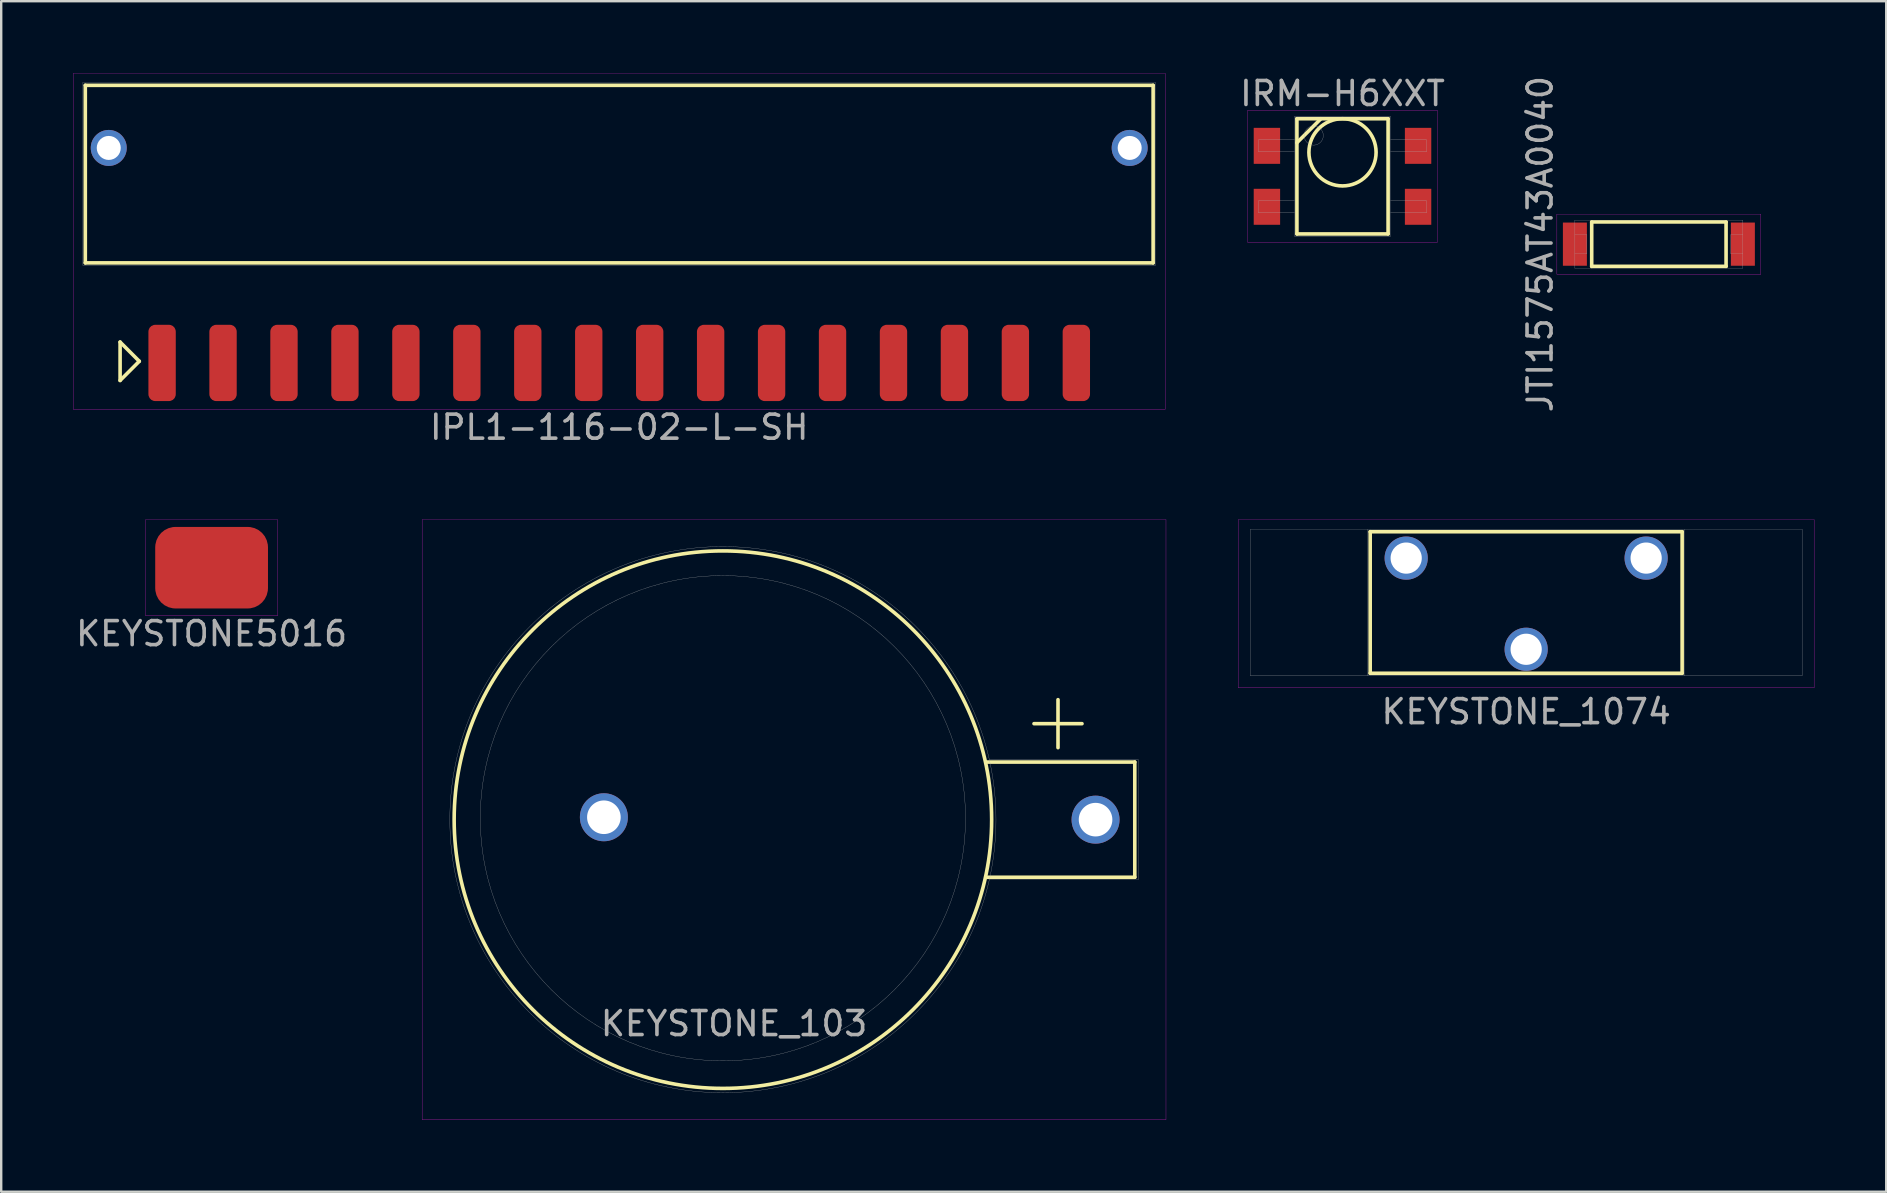
<source format=kicad_pcb>
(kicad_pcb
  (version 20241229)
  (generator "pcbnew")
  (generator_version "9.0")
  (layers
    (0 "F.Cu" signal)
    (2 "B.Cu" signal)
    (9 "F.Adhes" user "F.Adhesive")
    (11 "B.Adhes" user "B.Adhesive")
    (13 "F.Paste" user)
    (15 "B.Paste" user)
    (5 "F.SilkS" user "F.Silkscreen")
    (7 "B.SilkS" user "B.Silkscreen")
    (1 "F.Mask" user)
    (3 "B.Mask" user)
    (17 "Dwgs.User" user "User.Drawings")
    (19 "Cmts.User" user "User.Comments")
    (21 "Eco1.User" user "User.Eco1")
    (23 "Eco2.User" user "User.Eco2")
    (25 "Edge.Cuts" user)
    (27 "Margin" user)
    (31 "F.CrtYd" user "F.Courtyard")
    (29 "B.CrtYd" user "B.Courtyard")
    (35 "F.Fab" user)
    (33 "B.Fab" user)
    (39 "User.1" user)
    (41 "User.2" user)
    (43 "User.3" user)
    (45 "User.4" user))
  (footprint "IPL1-116-02-L-SH"
    (layer "F.Cu")
    (at 22.755 8.005)
    (property "Reference" "IPL1-116-02-L-SH" (at 0 6.75 0) (layer "F.Fab") (effects (font (size 1 1) (thickness 0.15))))
    (attr through_hole)
    (fp_line (start -22.25 -7.5) (end -22.25 -0.1) (stroke (width 0.15) (type solid)) (layer "F.SilkS"))
    (fp_line (start -22.25 -0.1) (end 22.25 -0.1) (stroke (width 0.15) (type solid)) (layer "F.SilkS"))
    (fp_line (start -20.8 3.2) (end -20.8 4.8) (stroke (width 0.15) (type solid)) (layer "F.SilkS"))
    (fp_line (start -20.8 4.8) (end -20 4) (stroke (width 0.15) (type solid)) (layer "F.SilkS"))
    (fp_line (start -20 4) (end -20.8 3.2) (stroke (width 0.15) (type solid)) (layer "F.SilkS"))
    (fp_line (start 22.25 -7.5) (end -22.25 -7.5) (stroke (width 0.15) (type solid)) (layer "F.SilkS"))
    (fp_line (start 22.25 -0.1) (end 22.25 -7.5) (stroke (width 0.15) (type solid)) (layer "F.SilkS"))
    (fp_line (start -22.75 -8) (end -22.75 6) (stroke (width 0.01) (type solid)) (layer "F.CrtYd"))
    (fp_line (start -22.75 6) (end 22.75 6) (stroke (width 0.01) (type solid)) (layer "F.CrtYd"))
    (fp_line (start 22.75 -8) (end -22.75 -8) (stroke (width 0.01) (type solid)) (layer "F.CrtYd"))
    (fp_line (start 22.75 6) (end 22.75 -8) (stroke (width 0.01) (type solid)) (layer "F.CrtYd"))
    (fp_line (start -22.35 -7.62) (end -22.35 0) (stroke (width 0.01) (type solid)) (layer "F.Fab"))
    (fp_line (start -22.35 -7.62) (end 22.35 -7.62) (stroke (width 0.01) (type solid)) (layer "F.Fab"))
    (fp_line (start -22.35 0) (end 22.35 0) (stroke (width 0.01) (type solid)) (layer "F.Fab"))
    (fp_line (start 22.35 -7.62) (end 22.35 0) (stroke (width 0.01) (type solid)) (layer "F.Fab"))
    (pad "" thru_hole circle (at -21.273 -4.89) (size 1.5 1.5) (drill 1) (layers "*.Cu" "*.Mask"))
    (pad "" thru_hole circle (at 21.273 -4.89) (size 1.5 1.5) (drill 1) (layers "*.Cu" "*.Mask"))
    (pad "1" smd roundrect (at -19.05 4.07) (size 1.14 3.18) (layers "F.Cu" "F.Mask" "F.Paste") (roundrect_rratio 0.25))
    (pad "2" smd roundrect (at -16.51 4.07) (size 1.14 3.18) (layers "F.Cu" "F.Mask" "F.Paste") (roundrect_rratio 0.25))
    (pad "3" smd roundrect (at -13.97 4.07) (size 1.14 3.18) (layers "F.Cu" "F.Mask" "F.Paste") (roundrect_rratio 0.25))
    (pad "4" smd roundrect (at -11.43 4.07) (size 1.14 3.18) (layers "F.Cu" "F.Mask" "F.Paste") (roundrect_rratio 0.25))
    (pad "5" smd roundrect (at -8.89 4.07) (size 1.14 3.18) (layers "F.Cu" "F.Mask" "F.Paste") (roundrect_rratio 0.25))
    (pad "6" smd roundrect (at -6.35 4.07) (size 1.14 3.18) (layers "F.Cu" "F.Mask" "F.Paste") (roundrect_rratio 0.25))
    (pad "7" smd roundrect (at -3.81 4.07) (size 1.14 3.18) (layers "F.Cu" "F.Mask" "F.Paste") (roundrect_rratio 0.25))
    (pad "8" smd roundrect (at -1.27 4.07) (size 1.14 3.18) (layers "F.Cu" "F.Mask" "F.Paste") (roundrect_rratio 0.25))
    (pad "9" smd roundrect (at 1.27 4.07) (size 1.14 3.18) (layers "F.Cu" "F.Mask" "F.Paste") (roundrect_rratio 0.25))
    (pad "10" smd roundrect (at 3.81 4.07) (size 1.14 3.18) (layers "F.Cu" "F.Mask" "F.Paste") (roundrect_rratio 0.25))
    (pad "11" smd roundrect (at 6.35 4.07) (size 1.14 3.18) (layers "F.Cu" "F.Mask" "F.Paste") (roundrect_rratio 0.25))
    (pad "12" smd roundrect (at 8.89 4.07) (size 1.14 3.18) (layers "F.Cu" "F.Mask" "F.Paste") (roundrect_rratio 0.25))
    (pad "13" smd roundrect (at 11.43 4.07) (size 1.14 3.18) (layers "F.Cu" "F.Mask" "F.Paste") (roundrect_rratio 0.25))
    (pad "14" smd roundrect (at 13.97 4.07) (size 1.14 3.18) (layers "F.Cu" "F.Mask" "F.Paste") (roundrect_rratio 0.25))
    (pad "15" smd roundrect (at 16.51 4.07) (size 1.14 3.18) (layers "F.Cu" "F.Mask" "F.Paste") (roundrect_rratio 0.25))
    (pad "16" smd roundrect (at 19.05 4.07) (size 1.14 3.18) (layers "F.Cu" "F.Mask" "F.Paste") (roundrect_rratio 0.25)))
  (footprint "KEYSTONE5016"
    (layer "F.Cu")
    (at 5.768 20.608)
    (property "Reference" "KEYSTONE5016" (at 0 2.75 0) (layer "F.Fab") (effects (font (size 1 1) (thickness 0.15))))
    (attr through_hole)
    (fp_line (start -2.75 -2) (end 2.75 -2) (stroke (width 0.01) (type solid)) (layer "F.CrtYd"))
    (fp_line (start -2.75 2) (end -2.75 -2) (stroke (width 0.01) (type solid)) (layer "F.CrtYd"))
    (fp_line (start 2.75 -2) (end 2.75 2) (stroke (width 0.01) (type solid)) (layer "F.CrtYd"))
    (fp_line (start 2.75 2) (end -2.75 2) (stroke (width 0.01) (type solid)) (layer "F.CrtYd"))
    (pad "1" smd roundrect (at 0 0) (size 4.7 3.4) (layers "F.Cu" "F.Mask" "F.Paste") (roundrect_rratio 0.25)))
  (footprint "JTI1575AT43A0040"
    (layer "F.Cu")
    (at 66.082 7.125)
    (property "Reference" "JTI1575AT43A0040" (at -4.95 0 90) (layer "F.Fab") (effects (font (size 1 1) (thickness 0.15))))
    (attr smd)
    (fp_line (start -2.8 -0.925) (end 2.8 -0.925) (stroke (width 0.15) (type solid)) (layer "F.SilkS"))
    (fp_line (start -2.8 0.925) (end -2.8 -0.925) (stroke (width 0.15) (type solid)) (layer "F.SilkS"))
    (fp_line (start 2.8 -0.925) (end 2.8 0.925) (stroke (width 0.15) (type solid)) (layer "F.SilkS"))
    (fp_line (start 2.8 0.925) (end -2.8 0.925) (stroke (width 0.15) (type solid)) (layer "F.SilkS"))
    (fp_line (start -4.25 -1.25) (end 4.25 -1.25) (stroke (width 0.01) (type solid)) (layer "F.CrtYd"))
    (fp_line (start -4.25 1.25) (end -4.25 -1.25) (stroke (width 0.01) (type solid)) (layer "F.CrtYd"))
    (fp_line (start 4.25 -1.25) (end 4.25 1.25) (stroke (width 0.01) (type solid)) (layer "F.CrtYd"))
    (fp_line (start 4.25 1.25) (end -4.25 1.25) (stroke (width 0.01) (type solid)) (layer "F.CrtYd"))
    (fp_line (start -3.5 -1) (end 3.5 -1) (stroke (width 0.01) (type solid)) (layer "F.Fab"))
    (fp_line (start -3.5 1) (end -3.5 -1) (stroke (width 0.01) (type solid)) (layer "F.Fab"))
    (fp_line (start -3 -0.4) (end -3.5 -0.4) (stroke (width 0.01) (type solid)) (layer "F.Fab"))
    (fp_line (start -3 -0.4) (end -3 0.4) (stroke (width 0.01) (type solid)) (layer "F.Fab"))
    (fp_line (start -3 0.4) (end -3.5 0.4) (stroke (width 0.01) (type solid)) (layer "F.Fab"))
    (fp_line (start 3 -0.4) (end 3 0.4) (stroke (width 0.01) (type solid)) (layer "F.Fab"))
    (fp_line (start 3 -0.4) (end 3.5 -0.4) (stroke (width 0.01) (type solid)) (layer "F.Fab"))
    (fp_line (start 3 0.4) (end 3.5 0.4) (stroke (width 0.01) (type solid)) (layer "F.Fab"))
    (fp_line (start 3.5 -1) (end 3.5 1) (stroke (width 0.01) (type solid)) (layer "F.Fab"))
    (fp_line (start 3.5 1) (end -3.5 1) (stroke (width 0.01) (type solid)) (layer "F.Fab"))
    (pad "1" smd rect (at -3.5 0) (size 1 1.8) (layers "F.Cu" "F.Mask" "F.Paste"))
    (pad "2" smd rect (at 3.5 0) (size 1 1.8) (layers "F.Cu" "F.Mask" "F.Paste")))
  (footprint "IRM-H6XXT"
    (layer "F.Cu")
    (at 52.897 4.298)
    (property "Reference" "IRM-H6XXT" (at 0 -3.45 0) (layer "F.Fab") (effects (font (size 1 1) (thickness 0.15))))
    (attr through_hole)
    (fp_line (start -1.9 -2.4) (end -1.9 2.4) (stroke (width 0.15) (type solid)) (layer "F.SilkS"))
    (fp_line (start -1.9 -1.4) (end -0.9 -2.4) (stroke (width 0.15) (type solid)) (layer "F.SilkS"))
    (fp_line (start -1.9 2.4) (end 1.9 2.4) (stroke (width 0.15) (type solid)) (layer "F.SilkS"))
    (fp_line (start 1.9 -2.4) (end -1.9 -2.4) (stroke (width 0.15) (type solid)) (layer "F.SilkS"))
    (fp_line (start 1.9 2.4) (end 1.9 -2.4) (stroke (width 0.15) (type solid)) (layer "F.SilkS"))
    (fp_circle (center 0 -1) (end 0 -2.4) (stroke (width 0.15) (type solid)) (fill no) (layer "F.SilkS"))
    (fp_line (start -3.95 -2.75) (end 3.95 -2.75) (stroke (width 0.01) (type solid)) (layer "F.CrtYd"))
    (fp_line (start -3.95 2.75) (end -3.95 -2.75) (stroke (width 0.01) (type solid)) (layer "F.CrtYd"))
    (fp_line (start 3.95 -2.75) (end 3.95 2.75) (stroke (width 0.01) (type solid)) (layer "F.CrtYd"))
    (fp_line (start 3.95 2.75) (end -3.95 2.75) (stroke (width 0.01) (type solid)) (layer "F.CrtYd"))
    (fp_line (start -3.5 -1.52) (end -2 -1.52) (stroke (width 0.01) (type solid)) (layer "F.Fab"))
    (fp_line (start -3.5 -1.02) (end -3.5 -1.52) (stroke (width 0.01) (type solid)) (layer "F.Fab"))
    (fp_line (start -3.5 1.02) (end -2 1.02) (stroke (width 0.01) (type solid)) (layer "F.Fab"))
    (fp_line (start -3.5 1.52) (end -3.5 1.02) (stroke (width 0.01) (type solid)) (layer "F.Fab"))
    (fp_line (start -2 -2.5) (end 2 -2.5) (stroke (width 0.01) (type solid)) (layer "F.Fab"))
    (fp_line (start -2 -1.02) (end -3.5 -1.02) (stroke (width 0.01) (type solid)) (layer "F.Fab"))
    (fp_line (start -2 1.52) (end -3.5 1.52) (stroke (width 0.01) (type solid)) (layer "F.Fab"))
    (fp_line (start -2 2.5) (end -2 -2.5) (stroke (width 0.01) (type solid)) (layer "F.Fab"))
    (fp_line (start 2 -2.5) (end 2 2.5) (stroke (width 0.01) (type solid)) (layer "F.Fab"))
    (fp_line (start 2 -1.52) (end 3.5 -1.52) (stroke (width 0.01) (type solid)) (layer "F.Fab"))
    (fp_line (start 2 1.02) (end 3.5 1.02) (stroke (width 0.01) (type solid)) (layer "F.Fab"))
    (fp_line (start 2 2.5) (end -2 2.5) (stroke (width 0.01) (type solid)) (layer "F.Fab"))
    (fp_line (start 3.5 -1.52) (end 3.5 -1.02) (stroke (width 0.01) (type solid)) (layer "F.Fab"))
    (fp_line (start 3.5 -1.02) (end 2 -1.02) (stroke (width 0.01) (type solid)) (layer "F.Fab"))
    (fp_line (start 3.5 1.02) (end 3.5 1.52) (stroke (width 0.01) (type solid)) (layer "F.Fab"))
    (fp_line (start 3.5 1.52) (end 2 1.52) (stroke (width 0.01) (type solid)) (layer "F.Fab"))
    (fp_circle (center -1.2 -1.7) (end -1.2 -1.3) (stroke (width 0.01) (type solid)) (fill no) (layer "F.Fab"))
    (pad "1" smd rect (at -3.15 -1.27) (size 1.1 1.5) (layers "F.Cu" "F.Mask" "F.Paste"))
    (pad "2" smd rect (at -3.15 1.27) (size 1.1 1.5) (layers "F.Cu" "F.Mask" "F.Paste"))
    (pad "3" smd rect (at 3.15 1.27) (size 1.1 1.5) (layers "F.Cu" "F.Mask" "F.Paste"))
    (pad "4" smd rect (at 3.15 -1.27) (size 1.1 1.5) (layers "F.Cu" "F.Mask" "F.Paste")))
  (footprint "KEYSTONE_103"
    (layer "F.Cu")
    (at 30.041 31.108)
    (property "Reference" "KEYSTONE_103" (at -2.5 8.5 0) (layer "F.Fab") (effects (font (size 1 1) (thickness 0.15))))
    (attr through_hole)
    (fp_line (start 8 -2.4) (end 14.2 -2.4) (stroke (width 0.15) (type solid)) (layer "F.SilkS"))
    (fp_line (start 10 -4) (end 12 -4) (stroke (width 0.15) (type solid)) (layer "F.SilkS"))
    (fp_line (start 11 -3) (end 11 -5) (stroke (width 0.15) (type solid)) (layer "F.SilkS"))
    (fp_line (start 14.2 -2.4) (end 14.2 2.4) (stroke (width 0.15) (type solid)) (layer "F.SilkS"))
    (fp_line (start 14.2 2.4) (end 8 2.4) (stroke (width 0.15) (type solid)) (layer "F.SilkS"))
    (fp_circle (center -2.965 0) (end 8.235 0) (stroke (width 0.15) (type solid)) (fill no) (layer "F.SilkS"))
    (fp_line (start -15.5 -12.5) (end -15.5 12.5) (stroke (width 0.01) (type solid)) (layer "F.CrtYd"))
    (fp_line (start -15.5 12.5) (end 15.5 12.5) (stroke (width 0.01) (type solid)) (layer "F.CrtYd"))
    (fp_line (start 15.5 -12.5) (end -15.5 -12.5) (stroke (width 0.01) (type solid)) (layer "F.CrtYd"))
    (fp_line (start 15.5 12.5) (end 15.5 -12.5) (stroke (width 0.01) (type solid)) (layer "F.CrtYd"))
    (fp_line (start 14.345 -2.5) (end 8.14 -2.5) (stroke (width 0.01) (type solid)) (layer "F.Fab"))
    (fp_line (start 14.345 -2.5) (end 14.345 2.5) (stroke (width 0.01) (type solid)) (layer "F.Fab"))
    (fp_line (start 14.345 2.5) (end 8.14 2.5) (stroke (width 0.01) (type solid)) (layer "F.Fab"))
    (fp_circle (center -2.965 -0.06) (end 7.145 -0.06) (stroke (width 0.01) (type solid)) (fill no) (layer "F.Fab"))
    (fp_circle (center -2.965 0) (end 8.415 0) (stroke (width 0.01) (type solid)) (fill no) (layer "F.Fab"))
    (pad "+" thru_hole circle (at 12.565 0) (size 2 2) (drill 1.4) (layers "*.Cu" "*.Mask"))
    (pad "-" thru_hole circle (at -7.925 -0.1) (size 2 2) (drill 1.4) (layers "*.Cu" "*.Mask")))
  (footprint "KEYSTONE_1074"
    (layer "F.Cu")
    (at 60.551 22.108)
    (property "Reference" "KEYSTONE_1074" (at 0 4.5 0) (layer "F.Fab") (effects (font (size 1 1) (thickness 0.15))))
    (attr through_hole)
    (fp_line (start -6.5 -3) (end 6.5 -3) (stroke (width 0.15) (type solid)) (layer "F.SilkS"))
    (fp_line (start -6.5 2.9) (end -6.5 -3) (stroke (width 0.15) (type solid)) (layer "F.SilkS"))
    (fp_line (start 6.5 -3) (end 6.5 2.9) (stroke (width 0.15) (type solid)) (layer "F.SilkS"))
    (fp_line (start 6.5 2.9) (end -6.5 2.9) (stroke (width 0.15) (type solid)) (layer "F.SilkS"))
    (fp_line (start -12 -3.5) (end 12 -3.5) (stroke (width 0.01) (type solid)) (layer "F.CrtYd"))
    (fp_line (start -12 3.5) (end -12 -3.5) (stroke (width 0.01) (type solid)) (layer "F.CrtYd"))
    (fp_line (start 12 -3.5) (end 12 3.5) (stroke (width 0.01) (type solid)) (layer "F.CrtYd"))
    (fp_line (start 12 3.5) (end -12 3.5) (stroke (width 0.01) (type solid)) (layer "F.CrtYd"))
    (fp_line (start -11.5 -3.1) (end 11.5 -3.1) (stroke (width 0.01) (type solid)) (layer "F.Fab"))
    (fp_line (start -11.5 3) (end -11.5 -3.1) (stroke (width 0.01) (type solid)) (layer "F.Fab"))
    (fp_line (start -6.6 -3.1) (end -6.6 3) (stroke (width 0.01) (type solid)) (layer "F.Fab"))
    (fp_line (start 6.6 -3.1) (end 6.6 3) (stroke (width 0.01) (type solid)) (layer "F.Fab"))
    (fp_line (start 11.5 -3.1) (end 11.5 3) (stroke (width 0.01) (type solid)) (layer "F.Fab"))
    (fp_line (start 11.5 3) (end -11.5 3) (stroke (width 0.01) (type solid)) (layer "F.Fab"))
    (pad "+" thru_hole circle (at -5 -1.9) (size 1.8 1.8) (drill 1.3) (layers "*.Cu" "*.Mask"))
    (pad "+" thru_hole circle (at 5 -1.9) (size 1.8 1.8) (drill 1.3) (layers "*.Cu" "*.Mask"))
    (pad "-" thru_hole circle (at 0 1.9) (size 1.8 1.8) (drill 1.3) (layers "*.Cu" "*.Mask")))
  (gr_rect
    (start -3 -3)
    (end 75.556 46.613)
    (stroke (width 0.1) (type default))
    (fill no)
    (layer "Edge.Cuts")))
</source>
